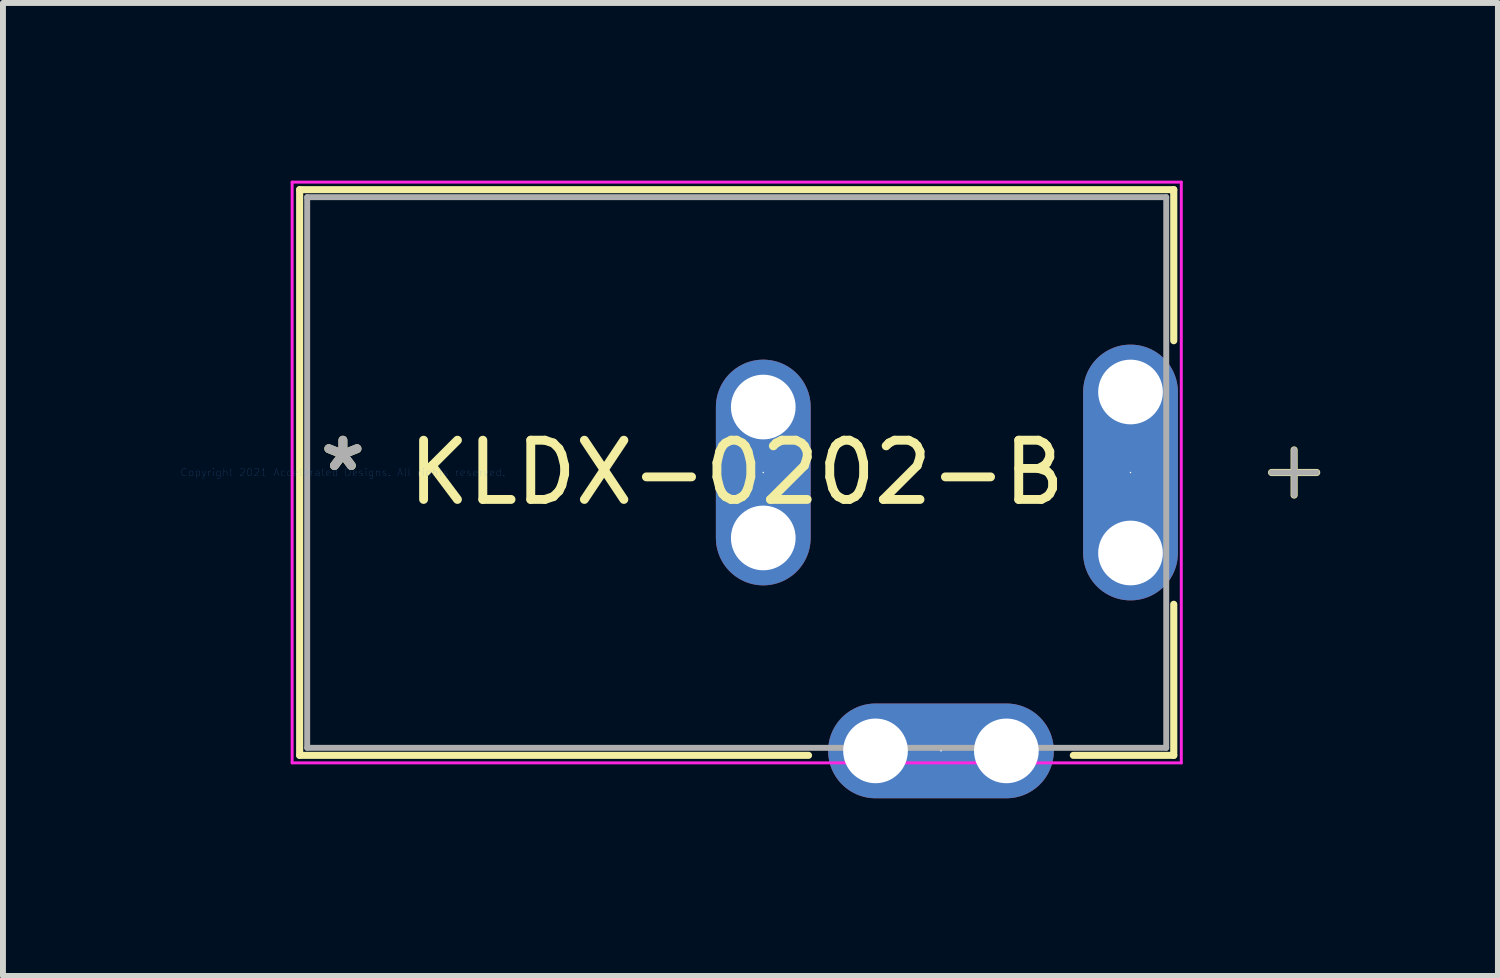
<source format=kicad_pcb>
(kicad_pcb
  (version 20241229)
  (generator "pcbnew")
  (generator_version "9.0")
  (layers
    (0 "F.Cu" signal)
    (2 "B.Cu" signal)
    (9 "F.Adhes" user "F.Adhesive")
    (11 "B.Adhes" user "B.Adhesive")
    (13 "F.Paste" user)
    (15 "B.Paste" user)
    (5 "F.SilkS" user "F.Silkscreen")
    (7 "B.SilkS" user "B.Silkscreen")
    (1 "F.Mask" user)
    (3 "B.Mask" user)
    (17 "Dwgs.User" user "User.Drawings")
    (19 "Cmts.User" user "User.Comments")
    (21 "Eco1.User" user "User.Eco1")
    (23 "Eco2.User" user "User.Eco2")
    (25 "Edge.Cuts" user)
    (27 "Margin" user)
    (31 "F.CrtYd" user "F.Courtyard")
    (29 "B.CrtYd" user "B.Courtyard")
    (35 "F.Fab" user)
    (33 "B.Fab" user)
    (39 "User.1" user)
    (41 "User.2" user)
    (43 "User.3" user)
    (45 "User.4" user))
  (footprint "KLDX-0202-B"
    (layer "F.Cu")
    (at 2.739 4.927)
    (property "Reference" "KLDX-0202-B" (at 6.648 0 0) (layer "F.SilkS") (effects (font (size 1 1) (thickness 0.15))))
    (attr through_hole)
    (fp_line (start -0.73 -4.775) (end -0.73 4.775) (stroke (width 0.12) (type solid)) (layer "F.SilkS"))
    (fp_line (start -0.73 4.775) (end 7.861 4.775) (stroke (width 0.12) (type solid)) (layer "F.SilkS"))
    (fp_line (start 12.332 4.775) (end 14.027 4.775) (stroke (width 0.12) (type solid)) (layer "F.SilkS"))
    (fp_line (start 14.027 -4.775) (end -0.73 -4.775) (stroke (width 0.12) (type solid)) (layer "F.SilkS"))
    (fp_line (start 14.027 -2.225) (end 14.027 -4.775) (stroke (width 0.12) (type solid)) (layer "F.SilkS"))
    (fp_line (start 14.027 4.775) (end 14.027 2.225) (stroke (width 0.12) (type solid)) (layer "F.SilkS"))
    (fp_line (start 16.059 -0.381) (end 16.059 0.381) (stroke (width 0.12) (type solid)) (layer "F.SilkS"))
    (fp_line (start 16.44 0) (end 15.678 0) (stroke (width 0.12) (type solid)) (layer "F.SilkS"))
    (fp_line (start -0.857 -4.902) (end 14.154 -4.902) (stroke (width 0.05) (type solid)) (layer "F.CrtYd"))
    (fp_line (start -0.857 4.902) (end -0.857 -4.902) (stroke (width 0.05) (type solid)) (layer "F.CrtYd"))
    (fp_line (start 14.154 -4.902) (end 14.154 4.902) (stroke (width 0.05) (type solid)) (layer "F.CrtYd"))
    (fp_line (start 14.154 4.902) (end -0.857 4.902) (stroke (width 0.05) (type solid)) (layer "F.CrtYd"))
    (fp_line (start -0.603 -4.648) (end -0.603 4.648) (stroke (width 0.1) (type solid)) (layer "F.Fab"))
    (fp_line (start -0.603 4.648) (end 13.9 4.648) (stroke (width 0.1) (type solid)) (layer "F.Fab"))
    (fp_line (start 13.9 -4.648) (end -0.603 -4.648) (stroke (width 0.1) (type solid)) (layer "F.Fab"))
    (fp_line (start 13.9 4.648) (end 13.9 -4.648) (stroke (width 0.1) (type solid)) (layer "F.Fab"))
    (fp_line (start 16.059 -0.381) (end 16.059 0.381) (stroke (width 0.1) (type solid)) (layer "F.Fab"))
    (fp_line (start 16.44 0) (end 15.678 0) (stroke (width 0.1) (type solid)) (layer "F.Fab"))
    (fp_text user "*" (at 0 0 0) (layer "F.SilkS") (effects (font (size 1 1) (thickness 0.15))))
    (fp_text user "Copyright 2021 Accelerated Designs. All rights reserved." (at 0 0 0) (layer "Cmts.User") (effects (font (size 0.127 0.127) (thickness 0.002))))
    (fp_text user "*" (at 0 0 0) (layer "F.Fab") (effects (font (size 1 1) (thickness 0.15))))
    (pad "" np_thru_hole circle (at 7.097 -1.105) (size 1.092 1.092) (drill 1.092) (layers "*.Cu" "*.Mask"))
    (pad "" np_thru_hole circle (at 7.097 1.105) (size 1.092 1.092) (drill 1.092) (layers "*.Cu" "*.Mask"))
    (pad "" np_thru_hole circle (at 8.992 4.7) (size 1.092 1.092) (drill 1.092) (layers "*.Cu" "*.Mask"))
    (pad "" np_thru_hole circle (at 11.201 4.7) (size 1.092 1.092) (drill 1.092) (layers "*.Cu" "*.Mask"))
    (pad "" np_thru_hole circle (at 13.297 -1.359) (size 1.092 1.092) (drill 1.092) (layers "*.Cu" "*.Mask"))
    (pad "" np_thru_hole circle (at 13.297 1.359) (size 1.092 1.092) (drill 1.092) (layers "*.Cu" "*.Mask"))
    (pad "S_1" thru_hole oval (at 13.297 0 90) (size 4.318 1.6) (drill 0.025) (layers "*.Cu" "*.Mask"))
    (pad "S_2" thru_hole oval (at 7.097 0 90) (size 3.81 1.6) (drill 0.025) (layers "*.Cu" "*.Mask"))
    (pad "S_3" thru_hole oval (at 10.097 4.7) (size 3.81 1.6) (drill 0.025) (layers "*.Cu" "*.Mask")))
  (gr_rect
    (start -3 -3)
    (end 22.239 13.427)
    (stroke (width 0.1) (type default))
    (fill no)
    (layer "Edge.Cuts")))
</source>
